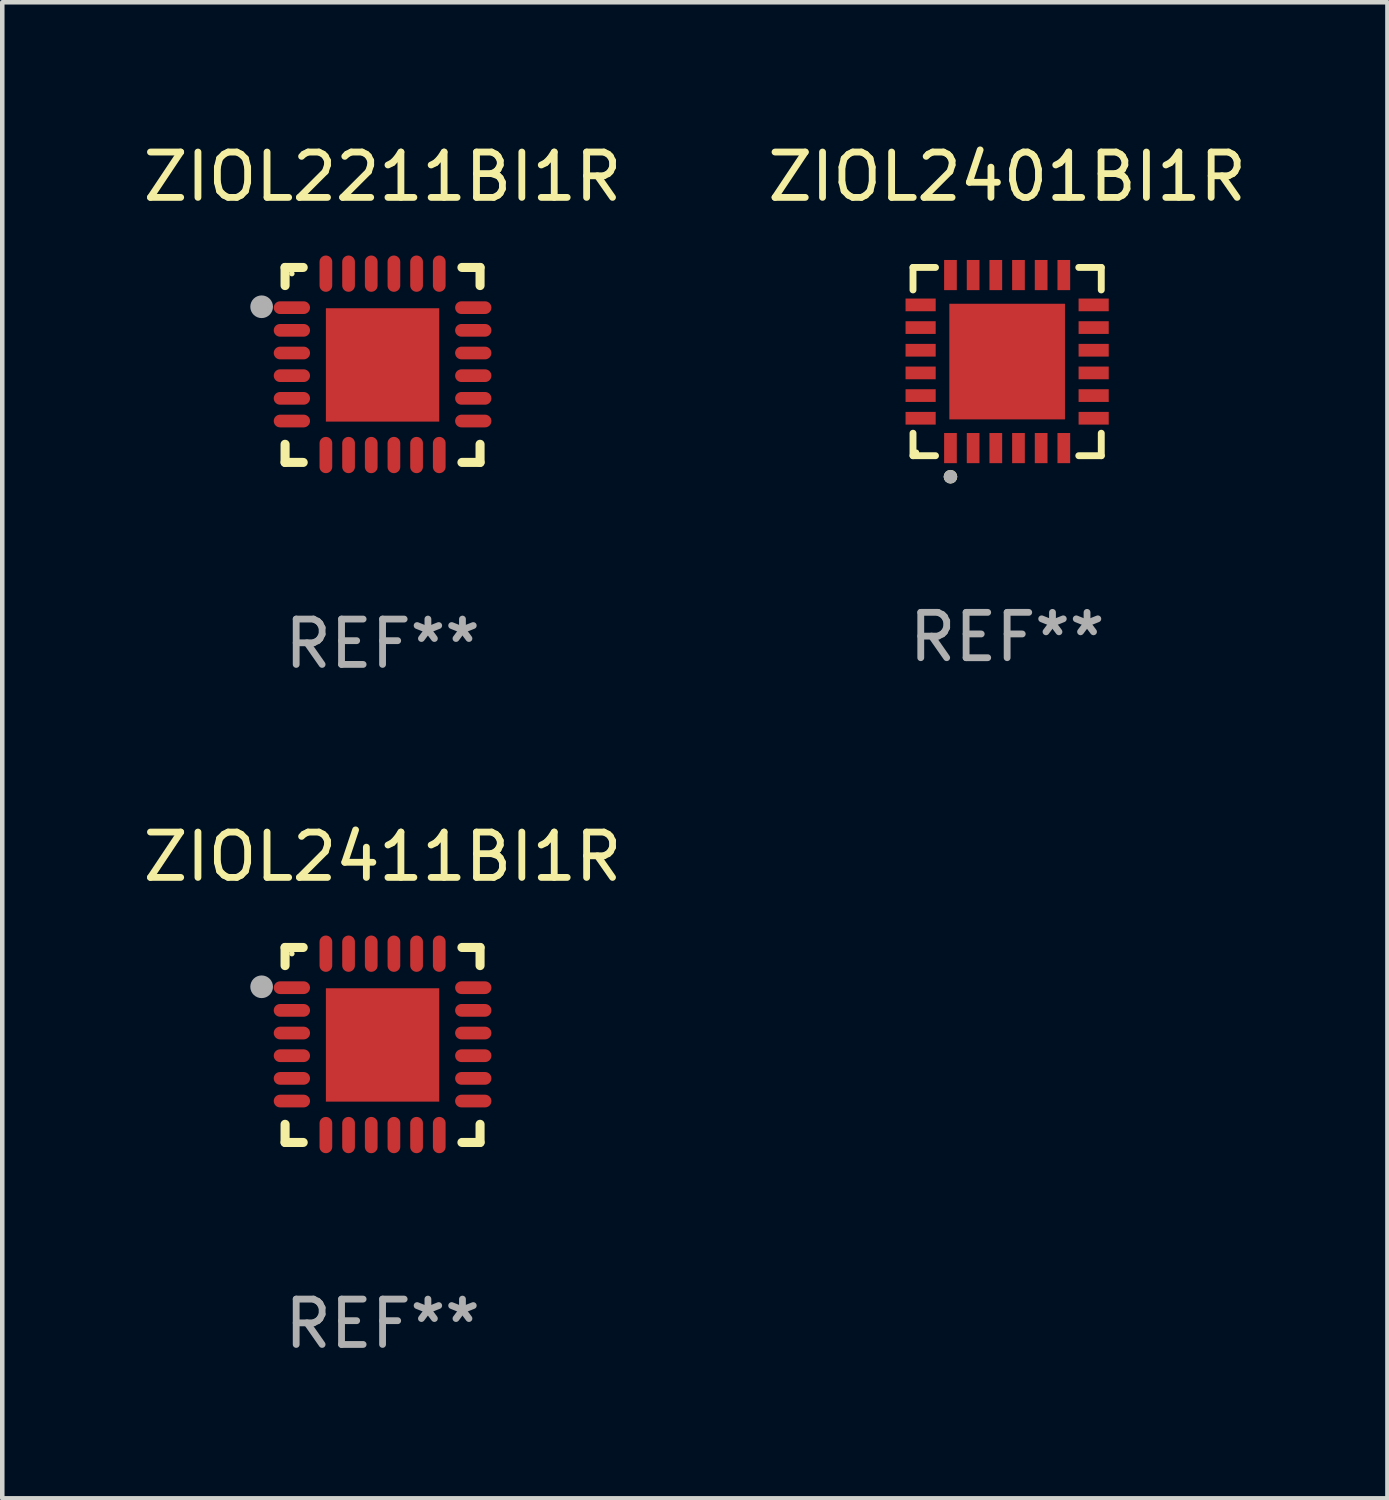
<source format=kicad_pcb>
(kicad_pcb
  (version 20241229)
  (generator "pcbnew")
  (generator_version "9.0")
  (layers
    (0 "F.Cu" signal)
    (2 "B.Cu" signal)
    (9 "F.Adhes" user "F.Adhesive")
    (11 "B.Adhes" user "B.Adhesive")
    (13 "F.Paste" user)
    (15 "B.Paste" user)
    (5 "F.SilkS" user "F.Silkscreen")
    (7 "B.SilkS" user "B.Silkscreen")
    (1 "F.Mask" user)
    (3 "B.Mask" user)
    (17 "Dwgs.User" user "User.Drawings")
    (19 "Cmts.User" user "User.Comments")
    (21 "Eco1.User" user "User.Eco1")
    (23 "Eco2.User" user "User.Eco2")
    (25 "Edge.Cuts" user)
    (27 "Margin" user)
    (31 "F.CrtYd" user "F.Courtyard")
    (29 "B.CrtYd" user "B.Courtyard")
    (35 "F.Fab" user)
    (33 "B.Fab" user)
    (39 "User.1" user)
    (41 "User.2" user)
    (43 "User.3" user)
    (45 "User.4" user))
  (footprint "ZIOL2411BI1R"
    (layer "F.Cu")
    (at 5.387 19.995)
    (property "Reference" "ZIOL2411BI1R" (at 0 -4.15 0) (layer "F.SilkS") (effects (font (size 1 1) (thickness 0.15))))
    (attr through_hole)
    (fp_line (start -2.15 -2.15) (end -1.75 -2.15) (stroke (width 0.2) (type solid)) (layer "F.SilkS"))
    (fp_line (start -2.15 -1.75) (end -2.15 -2.15) (stroke (width 0.2) (type solid)) (layer "F.SilkS"))
    (fp_line (start -2.15 2.15) (end -2.15 1.75) (stroke (width 0.2) (type solid)) (layer "F.SilkS"))
    (fp_line (start -1.75 2.15) (end -2.15 2.15) (stroke (width 0.2) (type solid)) (layer "F.SilkS"))
    (fp_line (start 1.75 -2.15) (end 2.15 -2.15) (stroke (width 0.2) (type solid)) (layer "F.SilkS"))
    (fp_line (start 1.75 2.15) (end 2.15 2.15) (stroke (width 0.2) (type solid)) (layer "F.SilkS"))
    (fp_line (start 2.15 -2.15) (end 2.15 -1.75) (stroke (width 0.2) (type solid)) (layer "F.SilkS"))
    (fp_line (start 2.15 2.15) (end 2.15 1.75) (stroke (width 0.2) (type solid)) (layer "F.SilkS"))
    (fp_circle (center -2 -2.013) (end -1.97 -2.013) (stroke (width 0.06) (type solid)) (fill no) (layer "F.SilkS"))
    (fp_circle (center -2.667 -1.283) (end -2.542 -1.283) (stroke (width 0.25) (type solid)) (fill no) (layer "F.Fab"))
    (fp_text user "REF**" (at 0 6.15 0) (layer "F.Fab") (effects (font (size 1 1) (thickness 0.15))))
    (pad "1" smd oval (at -2 -1.263) (size 0.8 0.28) (layers "F.Cu" "F.Mask" "F.Paste"))
    (pad "2" smd oval (at -2 -0.763) (size 0.8 0.28) (layers "F.Cu" "F.Mask" "F.Paste"))
    (pad "3" smd oval (at -2 -0.263) (size 0.8 0.28) (layers "F.Cu" "F.Mask" "F.Paste"))
    (pad "4" smd oval (at -2 0.237) (size 0.8 0.28) (layers "F.Cu" "F.Mask" "F.Paste"))
    (pad "5" smd oval (at -2 0.737) (size 0.8 0.28) (layers "F.Cu" "F.Mask" "F.Paste"))
    (pad "6" smd oval (at -2 1.237) (size 0.8 0.28) (layers "F.Cu" "F.Mask" "F.Paste"))
    (pad "7" smd oval (at -1.25 1.987) (size 0.28 0.8) (layers "F.Cu" "F.Mask" "F.Paste"))
    (pad "8" smd oval (at -0.75 1.987) (size 0.28 0.8) (layers "F.Cu" "F.Mask" "F.Paste"))
    (pad "9" smd oval (at -0.25 1.987) (size 0.28 0.8) (layers "F.Cu" "F.Mask" "F.Paste"))
    (pad "10" smd oval (at 0.25 1.987) (size 0.28 0.8) (layers "F.Cu" "F.Mask" "F.Paste"))
    (pad "11" smd oval (at 0.75 1.987) (size 0.28 0.8) (layers "F.Cu" "F.Mask" "F.Paste"))
    (pad "12" smd oval (at 1.25 1.987) (size 0.28 0.8) (layers "F.Cu" "F.Mask" "F.Paste"))
    (pad "13" smd oval (at 2 1.237) (size 0.8 0.28) (layers "F.Cu" "F.Mask" "F.Paste"))
    (pad "14" smd oval (at 2 0.737) (size 0.8 0.28) (layers "F.Cu" "F.Mask" "F.Paste"))
    (pad "15" smd oval (at 2 0.237) (size 0.8 0.28) (layers "F.Cu" "F.Mask" "F.Paste"))
    (pad "16" smd oval (at 2 -0.263) (size 0.8 0.28) (layers "F.Cu" "F.Mask" "F.Paste"))
    (pad "17" smd oval (at 2 -0.763) (size 0.8 0.28) (layers "F.Cu" "F.Mask" "F.Paste"))
    (pad "18" smd oval (at 2 -1.263) (size 0.8 0.28) (layers "F.Cu" "F.Mask" "F.Paste"))
    (pad "19" smd oval (at 1.25 -2.013) (size 0.28 0.8) (layers "F.Cu" "F.Mask" "F.Paste"))
    (pad "20" smd oval (at 0.75 -2.013) (size 0.28 0.8) (layers "F.Cu" "F.Mask" "F.Paste"))
    (pad "21" smd oval (at 0.25 -2.013) (size 0.28 0.8) (layers "F.Cu" "F.Mask" "F.Paste"))
    (pad "22" smd oval (at -0.25 -2.013) (size 0.28 0.8) (layers "F.Cu" "F.Mask" "F.Paste"))
    (pad "23" smd oval (at -0.75 -2.013) (size 0.28 0.8) (layers "F.Cu" "F.Mask" "F.Paste"))
    (pad "24" smd oval (at -1.25 -2.013) (size 0.28 0.8) (layers "F.Cu" "F.Mask" "F.Paste"))
    (pad "25" smd rect (at -0.000127 -0.00014) (size 2.5 2.5) (layers "F.Cu" "F.Mask" "F.Paste")))
  (footprint "ZIOL2211BI1R"
    (layer "F.Cu")
    (at 5.387 4.998)
    (property "Reference" "ZIOL2211BI1R" (at 0 -4.15 0) (layer "F.SilkS") (effects (font (size 1 1) (thickness 0.15))))
    (attr through_hole)
    (fp_line (start -2.15 -2.15) (end -1.75 -2.15) (stroke (width 0.2) (type solid)) (layer "F.SilkS"))
    (fp_line (start -2.15 -1.75) (end -2.15 -2.15) (stroke (width 0.2) (type solid)) (layer "F.SilkS"))
    (fp_line (start -2.15 2.15) (end -2.15 1.75) (stroke (width 0.2) (type solid)) (layer "F.SilkS"))
    (fp_line (start -1.75 2.15) (end -2.15 2.15) (stroke (width 0.2) (type solid)) (layer "F.SilkS"))
    (fp_line (start 1.75 -2.15) (end 2.15 -2.15) (stroke (width 0.2) (type solid)) (layer "F.SilkS"))
    (fp_line (start 1.75 2.15) (end 2.15 2.15) (stroke (width 0.2) (type solid)) (layer "F.SilkS"))
    (fp_line (start 2.15 -2.15) (end 2.15 -1.75) (stroke (width 0.2) (type solid)) (layer "F.SilkS"))
    (fp_line (start 2.15 2.15) (end 2.15 1.75) (stroke (width 0.2) (type solid)) (layer "F.SilkS"))
    (fp_circle (center -2 -2.013) (end -1.97 -2.013) (stroke (width 0.06) (type solid)) (fill no) (layer "F.SilkS"))
    (fp_circle (center -2.667 -1.283) (end -2.542 -1.283) (stroke (width 0.25) (type solid)) (fill no) (layer "F.Fab"))
    (fp_text user "REF**" (at 0 6.15 0) (layer "F.Fab") (effects (font (size 1 1) (thickness 0.15))))
    (pad "1" smd oval (at -2 -1.263) (size 0.8 0.28) (layers "F.Cu" "F.Mask" "F.Paste"))
    (pad "2" smd oval (at -2 -0.763) (size 0.8 0.28) (layers "F.Cu" "F.Mask" "F.Paste"))
    (pad "3" smd oval (at -2 -0.263) (size 0.8 0.28) (layers "F.Cu" "F.Mask" "F.Paste"))
    (pad "4" smd oval (at -2 0.237) (size 0.8 0.28) (layers "F.Cu" "F.Mask" "F.Paste"))
    (pad "5" smd oval (at -2 0.737) (size 0.8 0.28) (layers "F.Cu" "F.Mask" "F.Paste"))
    (pad "6" smd oval (at -2 1.237) (size 0.8 0.28) (layers "F.Cu" "F.Mask" "F.Paste"))
    (pad "7" smd oval (at -1.25 1.987) (size 0.28 0.8) (layers "F.Cu" "F.Mask" "F.Paste"))
    (pad "8" smd oval (at -0.75 1.987) (size 0.28 0.8) (layers "F.Cu" "F.Mask" "F.Paste"))
    (pad "9" smd oval (at -0.25 1.987) (size 0.28 0.8) (layers "F.Cu" "F.Mask" "F.Paste"))
    (pad "10" smd oval (at 0.25 1.987) (size 0.28 0.8) (layers "F.Cu" "F.Mask" "F.Paste"))
    (pad "11" smd oval (at 0.75 1.987) (size 0.28 0.8) (layers "F.Cu" "F.Mask" "F.Paste"))
    (pad "12" smd oval (at 1.25 1.987) (size 0.28 0.8) (layers "F.Cu" "F.Mask" "F.Paste"))
    (pad "13" smd oval (at 2 1.237) (size 0.8 0.28) (layers "F.Cu" "F.Mask" "F.Paste"))
    (pad "14" smd oval (at 2 0.737) (size 0.8 0.28) (layers "F.Cu" "F.Mask" "F.Paste"))
    (pad "15" smd oval (at 2 0.237) (size 0.8 0.28) (layers "F.Cu" "F.Mask" "F.Paste"))
    (pad "16" smd oval (at 2 -0.263) (size 0.8 0.28) (layers "F.Cu" "F.Mask" "F.Paste"))
    (pad "17" smd oval (at 2 -0.763) (size 0.8 0.28) (layers "F.Cu" "F.Mask" "F.Paste"))
    (pad "18" smd oval (at 2 -1.263) (size 0.8 0.28) (layers "F.Cu" "F.Mask" "F.Paste"))
    (pad "19" smd oval (at 1.25 -2.013) (size 0.28 0.8) (layers "F.Cu" "F.Mask" "F.Paste"))
    (pad "20" smd oval (at 0.75 -2.013) (size 0.28 0.8) (layers "F.Cu" "F.Mask" "F.Paste"))
    (pad "21" smd oval (at 0.25 -2.013) (size 0.28 0.8) (layers "F.Cu" "F.Mask" "F.Paste"))
    (pad "22" smd oval (at -0.25 -2.013) (size 0.28 0.8) (layers "F.Cu" "F.Mask" "F.Paste"))
    (pad "23" smd oval (at -0.75 -2.013) (size 0.28 0.8) (layers "F.Cu" "F.Mask" "F.Paste"))
    (pad "24" smd oval (at -1.25 -2.013) (size 0.28 0.8) (layers "F.Cu" "F.Mask" "F.Paste"))
    (pad "25" smd rect (at -0.000127 -0.00014) (size 2.5 2.5) (layers "F.Cu" "F.Mask" "F.Paste")))
  (footprint "ZIOL2401BI1R"
    (layer "F.Cu")
    (at 19.161 4.924)
    (property "Reference" "ZIOL2401BI1R" (at 0 -4.076 0) (layer "F.SilkS") (effects (font (size 1 1) (thickness 0.15))))
    (attr through_hole)
    (fp_line (start -2.076 -2.076) (end -1.58 -2.076) (stroke (width 0.152) (type solid)) (layer "F.SilkS"))
    (fp_line (start -2.076 -1.58) (end -2.076 -2.076) (stroke (width 0.152) (type solid)) (layer "F.SilkS"))
    (fp_line (start -2.076 1.58) (end -2.076 2.076) (stroke (width 0.152) (type solid)) (layer "F.SilkS"))
    (fp_line (start -2.076 2.076) (end -1.58 2.076) (stroke (width 0.152) (type solid)) (layer "F.SilkS"))
    (fp_line (start 2.076 -2.076) (end 1.58 -2.076) (stroke (width 0.152) (type solid)) (layer "F.SilkS"))
    (fp_line (start 2.076 -1.58) (end 2.076 -2.076) (stroke (width 0.152) (type solid)) (layer "F.SilkS"))
    (fp_line (start 2.076 1.58) (end 2.076 2.076) (stroke (width 0.152) (type solid)) (layer "F.SilkS"))
    (fp_line (start 2.076 2.076) (end 1.58 2.076) (stroke (width 0.152) (type solid)) (layer "F.SilkS"))
    (fp_circle (center -2 2) (end -1.97 2) (stroke (width 0.06) (type solid)) (fill no) (layer "F.SilkS"))
    (fp_circle (center -1.25 2.54) (end -1.175 2.54) (stroke (width 0.15) (type solid)) (fill no) (layer "F.SilkS"))
    (fp_circle (center -1.25 2.54) (end -1.175 2.54) (stroke (width 0.15) (type solid)) (fill no) (layer "F.Fab"))
    (fp_text user "REF**" (at 0 6.076 0) (layer "F.Fab") (effects (font (size 1 1) (thickness 0.15))))
    (pad "1" smd rect (at -1.25 1.908) (size 0.28 0.665) (layers "F.Cu" "F.Mask" "F.Paste"))
    (pad "2" smd rect (at -0.75 1.908) (size 0.28 0.665) (layers "F.Cu" "F.Mask" "F.Paste"))
    (pad "3" smd rect (at -0.25 1.908) (size 0.28 0.665) (layers "F.Cu" "F.Mask" "F.Paste"))
    (pad "4" smd rect (at 0.25 1.908) (size 0.28 0.665) (layers "F.Cu" "F.Mask" "F.Paste"))
    (pad "5" smd rect (at 0.75 1.908) (size 0.28 0.665) (layers "F.Cu" "F.Mask" "F.Paste"))
    (pad "6" smd rect (at 1.25 1.908) (size 0.28 0.665) (layers "F.Cu" "F.Mask" "F.Paste"))
    (pad "7" smd rect (at 1.908 1.25) (size 0.665 0.28) (layers "F.Cu" "F.Mask" "F.Paste"))
    (pad "8" smd rect (at 1.908 0.75) (size 0.665 0.28) (layers "F.Cu" "F.Mask" "F.Paste"))
    (pad "9" smd rect (at 1.908 0.25) (size 0.665 0.28) (layers "F.Cu" "F.Mask" "F.Paste"))
    (pad "10" smd rect (at 1.908 -0.25) (size 0.665 0.28) (layers "F.Cu" "F.Mask" "F.Paste"))
    (pad "11" smd rect (at 1.908 -0.75) (size 0.665 0.28) (layers "F.Cu" "F.Mask" "F.Paste"))
    (pad "12" smd rect (at 1.908 -1.25) (size 0.665 0.28) (layers "F.Cu" "F.Mask" "F.Paste"))
    (pad "13" smd rect (at 1.25 -1.908) (size 0.28 0.665) (layers "F.Cu" "F.Mask" "F.Paste"))
    (pad "14" smd rect (at 0.75 -1.908) (size 0.28 0.665) (layers "F.Cu" "F.Mask" "F.Paste"))
    (pad "15" smd rect (at 0.25 -1.908) (size 0.28 0.665) (layers "F.Cu" "F.Mask" "F.Paste"))
    (pad "16" smd rect (at -0.25 -1.908) (size 0.28 0.665) (layers "F.Cu" "F.Mask" "F.Paste"))
    (pad "17" smd rect (at -0.75 -1.908) (size 0.28 0.665) (layers "F.Cu" "F.Mask" "F.Paste"))
    (pad "18" smd rect (at -1.25 -1.908) (size 0.28 0.665) (layers "F.Cu" "F.Mask" "F.Paste"))
    (pad "19" smd rect (at -1.908 -1.25) (size 0.665 0.28) (layers "F.Cu" "F.Mask" "F.Paste"))
    (pad "20" smd rect (at -1.908 -0.75) (size 0.665 0.28) (layers "F.Cu" "F.Mask" "F.Paste"))
    (pad "21" smd rect (at -1.908 -0.25) (size 0.665 0.28) (layers "F.Cu" "F.Mask" "F.Paste"))
    (pad "22" smd rect (at -1.908 0.25) (size 0.665 0.28) (layers "F.Cu" "F.Mask" "F.Paste"))
    (pad "23" smd rect (at -1.908 0.75) (size 0.665 0.28) (layers "F.Cu" "F.Mask" "F.Paste"))
    (pad "24" smd rect (at -1.908 1.25) (size 0.665 0.28) (layers "F.Cu" "F.Mask" "F.Paste"))
    (pad "25" smd rect (at 0 0) (size 2.55 2.55) (layers "F.Cu" "F.Mask" "F.Paste")))
  (gr_rect
    (start -3 -3)
    (end 27.548 29.993)
    (stroke (width 0.1) (type default))
    (fill no)
    (layer "Edge.Cuts")))
</source>
